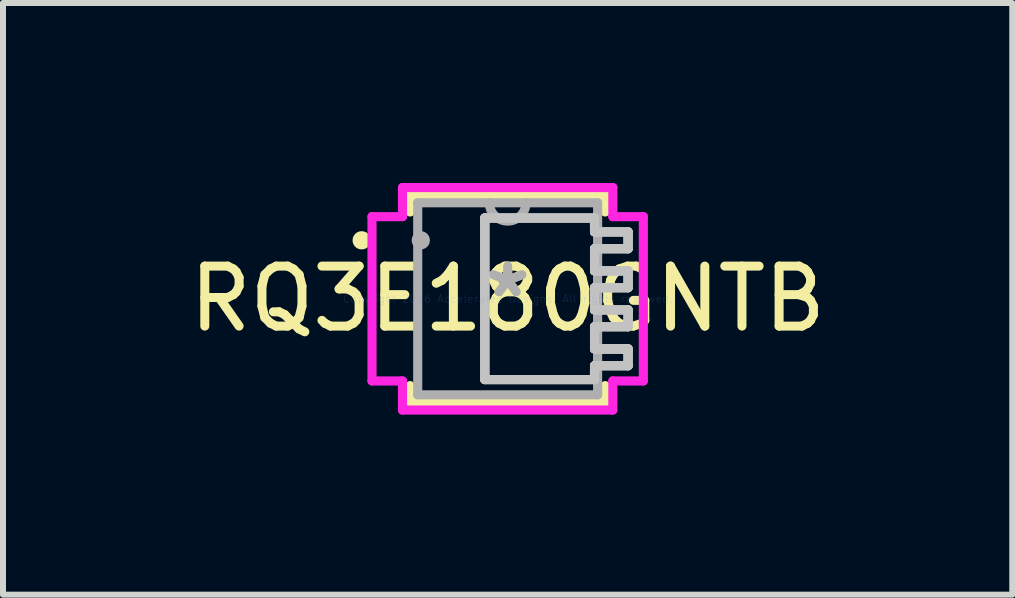
<source format=kicad_pcb>
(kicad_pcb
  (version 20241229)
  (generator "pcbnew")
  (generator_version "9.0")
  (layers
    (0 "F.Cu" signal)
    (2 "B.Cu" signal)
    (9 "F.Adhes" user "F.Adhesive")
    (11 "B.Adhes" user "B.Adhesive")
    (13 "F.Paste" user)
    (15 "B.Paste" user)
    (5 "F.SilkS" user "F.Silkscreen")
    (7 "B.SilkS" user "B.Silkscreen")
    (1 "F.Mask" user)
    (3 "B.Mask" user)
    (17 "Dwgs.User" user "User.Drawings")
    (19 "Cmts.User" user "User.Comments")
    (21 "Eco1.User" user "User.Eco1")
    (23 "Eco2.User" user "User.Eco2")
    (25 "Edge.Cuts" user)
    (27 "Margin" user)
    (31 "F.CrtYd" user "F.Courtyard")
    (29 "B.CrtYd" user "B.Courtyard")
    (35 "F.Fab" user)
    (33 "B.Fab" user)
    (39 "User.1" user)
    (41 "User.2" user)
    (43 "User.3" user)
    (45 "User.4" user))
  (footprint "RQ3E180GNTB"
    (layer "F.Cu")
    (at 5.411 1.93)
    (property "Reference" "RQ3E180GNTB" (at 0 0 0) (layer "F.SilkS") (effects (font (size 1 1) (thickness 0.15))))
    (attr through_hole)
    (fp_line (start -1.626 -1.727) (end -1.626 -1.447) (stroke (width 0.152) (type solid)) (layer "F.SilkS"))
    (fp_line (start -1.626 1.447) (end -1.626 1.727) (stroke (width 0.152) (type solid)) (layer "F.SilkS"))
    (fp_line (start -1.626 1.727) (end 1.626 1.727) (stroke (width 0.152) (type solid)) (layer "F.SilkS"))
    (fp_line (start 1.626 -1.727) (end -1.626 -1.727) (stroke (width 0.152) (type solid)) (layer "F.SilkS"))
    (fp_line (start 1.626 -1.447) (end 1.626 -1.727) (stroke (width 0.152) (type solid)) (layer "F.SilkS"))
    (fp_line (start 1.626 1.727) (end 1.626 1.447) (stroke (width 0.152) (type solid)) (layer "F.SilkS"))
    (fp_circle (center -2.433 -0.975) (end -2.357 -0.975) (stroke (width 0.152) (type solid)) (fill no) (layer "F.SilkS"))
    (fp_line (start -0.381 -1.346) (end -0.381 -1.346) (stroke (width 0.152) (type solid)) (layer "Dwgs.User"))
    (fp_line (start -0.381 -1.346) (end -0.381 -1.346) (stroke (width 0.152) (type solid)) (layer "Dwgs.User"))
    (fp_line (start -0.381 -1.346) (end -0.381 -1.346) (stroke (width 0.152) (type solid)) (layer "Dwgs.User"))
    (fp_line (start -0.381 -1.346) (end 1.447 -1.346) (stroke (width 0.152) (type solid)) (layer "Dwgs.User"))
    (fp_line (start -0.381 -1.346) (end 1.447 -1.346) (stroke (width 0.152) (type solid)) (layer "Dwgs.User"))
    (fp_line (start -0.381 -1.346) (end 1.447 -1.346) (stroke (width 0.152) (type solid)) (layer "Dwgs.User"))
    (fp_line (start -0.381 1.346) (end -0.381 -1.346) (stroke (width 0.152) (type solid)) (layer "Dwgs.User"))
    (fp_line (start -0.381 1.346) (end -0.381 -1.346) (stroke (width 0.152) (type solid)) (layer "Dwgs.User"))
    (fp_line (start -0.381 1.346) (end -0.381 -1.346) (stroke (width 0.152) (type solid)) (layer "Dwgs.User"))
    (fp_line (start 1.447 -1.346) (end 1.448 -1.115) (stroke (width 0.152) (type solid)) (layer "Dwgs.User"))
    (fp_line (start 1.447 -1.346) (end 1.448 -1.115) (stroke (width 0.152) (type solid)) (layer "Dwgs.User"))
    (fp_line (start 1.447 -1.346) (end 1.448 -1.115) (stroke (width 0.152) (type solid)) (layer "Dwgs.User"))
    (fp_line (start 1.447 1.346) (end -0.381 1.346) (stroke (width 0.152) (type solid)) (layer "Dwgs.User"))
    (fp_line (start 1.447 1.346) (end -0.381 1.346) (stroke (width 0.152) (type solid)) (layer "Dwgs.User"))
    (fp_line (start 1.447 1.346) (end -0.381 1.346) (stroke (width 0.152) (type solid)) (layer "Dwgs.User"))
    (fp_line (start 1.448 -1.115) (end 2.007 -1.115) (stroke (width 0.152) (type solid)) (layer "Dwgs.User"))
    (fp_line (start 1.448 -1.115) (end 2.007 -1.115) (stroke (width 0.152) (type solid)) (layer "Dwgs.User"))
    (fp_line (start 1.448 -1.115) (end 2.007 -1.115) (stroke (width 0.152) (type solid)) (layer "Dwgs.User"))
    (fp_line (start 1.448 -0.835) (end 1.448 -0.465) (stroke (width 0.152) (type solid)) (layer "Dwgs.User"))
    (fp_line (start 1.448 -0.835) (end 1.448 -0.465) (stroke (width 0.152) (type solid)) (layer "Dwgs.User"))
    (fp_line (start 1.448 -0.835) (end 1.448 -0.465) (stroke (width 0.152) (type solid)) (layer "Dwgs.User"))
    (fp_line (start 1.448 -0.465) (end 2.007 -0.465) (stroke (width 0.152) (type solid)) (layer "Dwgs.User"))
    (fp_line (start 1.448 -0.465) (end 2.007 -0.465) (stroke (width 0.152) (type solid)) (layer "Dwgs.User"))
    (fp_line (start 1.448 -0.465) (end 2.007 -0.465) (stroke (width 0.152) (type solid)) (layer "Dwgs.User"))
    (fp_line (start 1.448 -0.185) (end 1.448 0.185) (stroke (width 0.152) (type solid)) (layer "Dwgs.User"))
    (fp_line (start 1.448 -0.185) (end 1.448 0.185) (stroke (width 0.152) (type solid)) (layer "Dwgs.User"))
    (fp_line (start 1.448 -0.185) (end 1.448 0.185) (stroke (width 0.152) (type solid)) (layer "Dwgs.User"))
    (fp_line (start 1.448 0.185) (end 2.007 0.185) (stroke (width 0.152) (type solid)) (layer "Dwgs.User"))
    (fp_line (start 1.448 0.185) (end 2.007 0.185) (stroke (width 0.152) (type solid)) (layer "Dwgs.User"))
    (fp_line (start 1.448 0.185) (end 2.007 0.185) (stroke (width 0.152) (type solid)) (layer "Dwgs.User"))
    (fp_line (start 1.448 0.465) (end 1.448 0.835) (stroke (width 0.152) (type solid)) (layer "Dwgs.User"))
    (fp_line (start 1.448 0.465) (end 1.448 0.835) (stroke (width 0.152) (type solid)) (layer "Dwgs.User"))
    (fp_line (start 1.448 0.465) (end 1.448 0.835) (stroke (width 0.152) (type solid)) (layer "Dwgs.User"))
    (fp_line (start 1.448 0.835) (end 2.007 0.835) (stroke (width 0.152) (type solid)) (layer "Dwgs.User"))
    (fp_line (start 1.448 0.835) (end 2.007 0.835) (stroke (width 0.152) (type solid)) (layer "Dwgs.User"))
    (fp_line (start 1.448 0.835) (end 2.007 0.835) (stroke (width 0.152) (type solid)) (layer "Dwgs.User"))
    (fp_line (start 1.448 0.835) (end 2.007 0.835) (stroke (width 0.152) (type solid)) (layer "Dwgs.User"))
    (fp_line (start 1.448 1.115) (end 1.447 1.346) (stroke (width 0.152) (type solid)) (layer "Dwgs.User"))
    (fp_line (start 1.448 1.115) (end 1.447 1.346) (stroke (width 0.152) (type solid)) (layer "Dwgs.User"))
    (fp_line (start 1.448 1.115) (end 1.447 1.346) (stroke (width 0.152) (type solid)) (layer "Dwgs.User"))
    (fp_line (start 2.007 -1.115) (end 2.007 -0.835) (stroke (width 0.152) (type solid)) (layer "Dwgs.User"))
    (fp_line (start 2.007 -1.115) (end 2.007 -0.835) (stroke (width 0.152) (type solid)) (layer "Dwgs.User"))
    (fp_line (start 2.007 -1.115) (end 2.007 -0.835) (stroke (width 0.152) (type solid)) (layer "Dwgs.User"))
    (fp_line (start 2.007 -0.835) (end 1.448 -0.835) (stroke (width 0.152) (type solid)) (layer "Dwgs.User"))
    (fp_line (start 2.007 -0.835) (end 1.448 -0.835) (stroke (width 0.152) (type solid)) (layer "Dwgs.User"))
    (fp_line (start 2.007 -0.835) (end 1.448 -0.835) (stroke (width 0.152) (type solid)) (layer "Dwgs.User"))
    (fp_line (start 2.007 -0.465) (end 2.007 -0.185) (stroke (width 0.152) (type solid)) (layer "Dwgs.User"))
    (fp_line (start 2.007 -0.465) (end 2.007 -0.185) (stroke (width 0.152) (type solid)) (layer "Dwgs.User"))
    (fp_line (start 2.007 -0.465) (end 2.007 -0.185) (stroke (width 0.152) (type solid)) (layer "Dwgs.User"))
    (fp_line (start 2.007 -0.185) (end 1.448 -0.185) (stroke (width 0.152) (type solid)) (layer "Dwgs.User"))
    (fp_line (start 2.007 -0.185) (end 1.448 -0.185) (stroke (width 0.152) (type solid)) (layer "Dwgs.User"))
    (fp_line (start 2.007 -0.185) (end 1.448 -0.185) (stroke (width 0.152) (type solid)) (layer "Dwgs.User"))
    (fp_line (start 2.007 0.185) (end 2.007 0.465) (stroke (width 0.152) (type solid)) (layer "Dwgs.User"))
    (fp_line (start 2.007 0.185) (end 2.007 0.465) (stroke (width 0.152) (type solid)) (layer "Dwgs.User"))
    (fp_line (start 2.007 0.185) (end 2.007 0.465) (stroke (width 0.152) (type solid)) (layer "Dwgs.User"))
    (fp_line (start 2.007 0.465) (end 1.448 0.465) (stroke (width 0.152) (type solid)) (layer "Dwgs.User"))
    (fp_line (start 2.007 0.465) (end 1.448 0.465) (stroke (width 0.152) (type solid)) (layer "Dwgs.User"))
    (fp_line (start 2.007 0.465) (end 1.448 0.465) (stroke (width 0.152) (type solid)) (layer "Dwgs.User"))
    (fp_line (start 2.007 0.835) (end 1.448 0.835) (stroke (width 0.152) (type solid)) (layer "Dwgs.User"))
    (fp_line (start 2.007 0.835) (end 2.007 1.115) (stroke (width 0.152) (type solid)) (layer "Dwgs.User"))
    (fp_line (start 2.007 0.835) (end 2.007 1.115) (stroke (width 0.152) (type solid)) (layer "Dwgs.User"))
    (fp_line (start 2.007 0.835) (end 2.007 1.115) (stroke (width 0.152) (type solid)) (layer "Dwgs.User"))
    (fp_line (start 2.007 1.115) (end 1.448 1.115) (stroke (width 0.152) (type solid)) (layer "Dwgs.User"))
    (fp_line (start 2.007 1.115) (end 1.448 1.115) (stroke (width 0.152) (type solid)) (layer "Dwgs.User"))
    (fp_line (start 2.007 1.115) (end 1.448 1.115) (stroke (width 0.152) (type solid)) (layer "Dwgs.User"))
    (fp_line (start -2.261 -1.369) (end -1.753 -1.369) (stroke (width 0.152) (type solid)) (layer "F.CrtYd"))
    (fp_line (start -2.261 1.369) (end -2.261 -1.369) (stroke (width 0.152) (type solid)) (layer "F.CrtYd"))
    (fp_line (start -1.753 -1.854) (end 1.753 -1.854) (stroke (width 0.152) (type solid)) (layer "F.CrtYd"))
    (fp_line (start -1.753 -1.369) (end -1.753 -1.854) (stroke (width 0.152) (type solid)) (layer "F.CrtYd"))
    (fp_line (start -1.753 1.369) (end -2.261 1.369) (stroke (width 0.152) (type solid)) (layer "F.CrtYd"))
    (fp_line (start -1.753 1.854) (end -1.753 1.369) (stroke (width 0.152) (type solid)) (layer "F.CrtYd"))
    (fp_line (start 1.753 -1.854) (end 1.753 -1.369) (stroke (width 0.152) (type solid)) (layer "F.CrtYd"))
    (fp_line (start 1.753 -1.369) (end 2.261 -1.369) (stroke (width 0.152) (type solid)) (layer "F.CrtYd"))
    (fp_line (start 1.753 1.369) (end 1.753 1.854) (stroke (width 0.152) (type solid)) (layer "F.CrtYd"))
    (fp_line (start 1.753 1.854) (end -1.753 1.854) (stroke (width 0.152) (type solid)) (layer "F.CrtYd"))
    (fp_line (start 2.261 -1.369) (end 2.261 1.369) (stroke (width 0.152) (type solid)) (layer "F.CrtYd"))
    (fp_line (start 2.261 1.369) (end 1.753 1.369) (stroke (width 0.152) (type solid)) (layer "F.CrtYd"))
    (fp_line (start -1.499 -1.6) (end -1.499 1.6) (stroke (width 0.152) (type solid)) (layer "F.Fab"))
    (fp_line (start -1.499 1.6) (end 1.499 1.6) (stroke (width 0.152) (type solid)) (layer "F.Fab"))
    (fp_line (start 1.499 -1.6) (end -1.499 -1.6) (stroke (width 0.152) (type solid)) (layer "F.Fab"))
    (fp_line (start 1.499 1.6) (end 1.499 -1.6) (stroke (width 0.152) (type solid)) (layer "F.Fab"))
    (fp_arc (start 0.3048 -1.6002) (mid 0 -1.2954) (end -0.3048 -1.6002) (stroke (width 0.1524) (type solid)) (layer "F.Fab"))
    (fp_circle (center -1.448 -0.975) (end -1.448 -0.975) (stroke (width 0.152) (type solid)) (fill no) (layer "F.Fab"))
    (fp_text user "*" (at 0 0 0) (layer "F.SilkS") (effects (font (size 1 1) (thickness 0.15))))
    (fp_text user "Copyright 2016 Accelerated Designs. All rights reserved." (at 0 0 0) (layer "Cmts.User") (effects (font (size 0.127 0.127) (thickness 0.002))))
    (fp_text user "*" (at 0 0 0) (layer "F.Fab") (effects (font (size 1 1) (thickness 0.15)))))
  (gr_rect
    (start -3 -3)
    (end 13.821 6.861)
    (stroke (width 0.1) (type default))
    (fill no)
    (layer "Edge.Cuts")))
</source>
